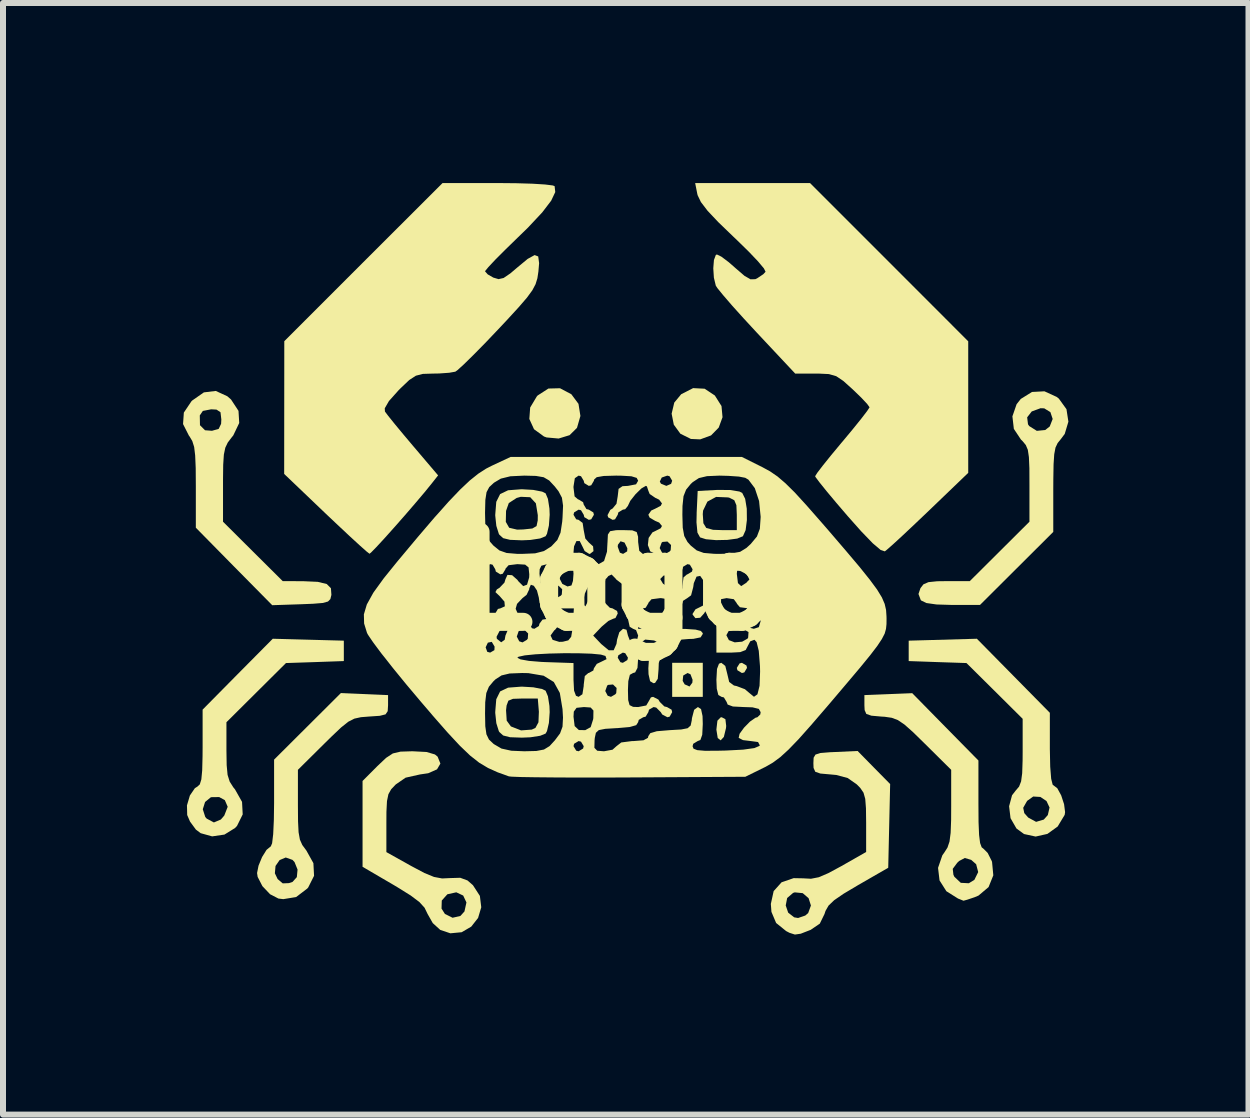
<source format=kicad_pcb>
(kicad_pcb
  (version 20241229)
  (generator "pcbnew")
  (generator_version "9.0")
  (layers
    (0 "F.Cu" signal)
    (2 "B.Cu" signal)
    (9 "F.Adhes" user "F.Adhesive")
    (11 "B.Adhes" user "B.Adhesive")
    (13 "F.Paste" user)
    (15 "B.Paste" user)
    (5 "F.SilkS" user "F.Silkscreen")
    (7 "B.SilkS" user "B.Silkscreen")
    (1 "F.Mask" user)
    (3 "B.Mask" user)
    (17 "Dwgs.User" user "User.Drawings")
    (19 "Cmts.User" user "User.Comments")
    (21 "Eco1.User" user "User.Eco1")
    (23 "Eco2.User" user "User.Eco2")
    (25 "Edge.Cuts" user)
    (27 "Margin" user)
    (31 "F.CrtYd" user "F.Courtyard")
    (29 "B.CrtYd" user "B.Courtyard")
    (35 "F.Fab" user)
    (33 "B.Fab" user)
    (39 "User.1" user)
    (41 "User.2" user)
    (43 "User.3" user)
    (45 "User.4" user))
  (footprint "Logo"
    (layer "F.Cu")
    (at 7.243 6.633)
    (property "Reference" "Logo" (at 0 0 0) (layer "F.SilkS") (effects (font (size 1.5 1.5) (thickness 0.3))))
    (attr board_only exclude_from_pos_files exclude_from_bom)
    (fp_poly (pts (xy 2.145 1.406) (xy 2.154 1.446) (xy 2.109 1.521) (xy 2.069 1.531) (xy 1.994 1.485) (xy 1.984 1.446) (xy 2.03 1.371) (xy 2.069 1.361)) (stroke (width 0) (type solid)) (fill yes) (layer "F.SilkS"))
    (fp_poly (pts (xy 1.794 2.301) (xy 1.807 2.413) (xy 1.804 2.448) (xy 1.768 2.596) (xy 1.715 2.653) (xy 1.666 2.614) (xy 1.644 2.476) (xy 1.644 2.471) (xy 1.661 2.325) (xy 1.715 2.27) (xy 1.733 2.268)) (stroke (width 0) (type solid)) (fill yes) (layer "F.SilkS"))
    (fp_poly (pts (xy 1.448 -3.206) (xy 1.618 -3.093) (xy 1.729 -2.917) (xy 1.746 -2.731) (xy 1.683 -2.559) (xy 1.555 -2.428) (xy 1.374 -2.362) (xy 1.219 -2.369) (xy 1.044 -2.456) (xy 0.934 -2.607) (xy 0.898 -2.79) (xy 0.942 -2.975) (xy 1.057 -3.114) (xy 1.256 -3.216)) (stroke (width 0) (type solid)) (fill yes) (layer "F.SilkS"))
    (fp_poly (pts (xy -0.773 -3.114) (xy -0.654 -2.954) (xy -0.622 -2.752) (xy -0.679 -2.554) (xy -0.802 -2.432) (xy -0.985 -2.376) (xy -1.185 -2.394) (xy -1.229 -2.41) (xy -1.395 -2.531) (xy -1.473 -2.702) (xy -1.459 -2.893) (xy -1.349 -3.077) (xy -1.335 -3.093) (xy -1.155 -3.209) (xy -0.962 -3.214)) (stroke (width 0) (type solid)) (fill yes) (layer "F.SilkS"))
    (fp_poly (pts (xy 1.417 1.644) (xy 1.417 1.928) (xy 1.162 1.928) (xy 0.907 1.928) (xy 0.907 1.662) (xy 1.082 1.662) (xy 1.115 1.72) (xy 1.196 1.756) (xy 1.243 1.692) (xy 1.247 1.644) (xy 1.212 1.552) (xy 1.162 1.531) (xy 1.091 1.573) (xy 1.082 1.662) (xy 0.907 1.662) (xy 0.907 1.644) (xy 0.907 1.361) (xy 1.162 1.361) (xy 1.417 1.361)) (stroke (width 0) (type solid)) (fill yes) (layer "F.SilkS"))
    (fp_poly (pts (xy 1.875 -1.518) (xy 2.028 -1.493) (xy 2.074 -1.47) (xy 2.123 -1.372) (xy 2.15 -1.207) (xy 2.152 -1.018) (xy 2.131 -0.85) (xy 2.086 -0.748) (xy 1.991 -0.709) (xy 1.826 -0.687) (xy 1.638 -0.683) (xy 1.47 -0.698) (xy 1.372 -0.729) (xy 1.328 -0.808) (xy 1.312 -0.98) (xy 1.315 -1.116) (xy 1.417 -1.116) (xy 1.427 -0.965) (xy 1.475 -0.886) (xy 1.588 -0.855) (xy 1.739 -0.85) (xy 1.984 -0.85) (xy 1.984 -1.105) (xy 1.977 -1.265) (xy 1.942 -1.348) (xy 1.862 -1.389) (xy 1.838 -1.395) (xy 1.639 -1.403) (xy 1.494 -1.325) (xy 1.422 -1.175) (xy 1.417 -1.116) (xy 1.315 -1.116) (xy 1.315 -1.139) (xy 1.332 -1.502) (xy 1.663 -1.52)) (stroke (width 0) (type solid)) (fill yes) (layer "F.SilkS"))
    (fp_poly (pts (xy -1.407 1.769) (xy -1.259 1.798) (xy -1.202 1.826) (xy -1.163 1.919) (xy -1.138 2.08) (xy -1.134 2.183) (xy -1.147 2.363) (xy -1.179 2.499) (xy -1.202 2.54) (xy -1.293 2.577) (xy -1.456 2.602) (xy -1.597 2.608) (xy -1.794 2.601) (xy -1.909 2.572) (xy -1.973 2.514) (xy -1.982 2.498) (xy -2.023 2.367) (xy -2.041 2.196) (xy -2.041 2.183) (xy -2.039 2.152) (xy -1.861 2.152) (xy -1.85 2.325) (xy -1.78 2.421) (xy -1.611 2.487) (xy -1.432 2.474) (xy -1.371 2.445) (xy -1.321 2.352) (xy -1.314 2.177) (xy -1.332 1.956) (xy -1.587 1.956) (xy -1.745 1.961) (xy -1.822 1.992) (xy -1.852 2.072) (xy -1.861 2.152) (xy -2.039 2.152) (xy -2.024 1.968) (xy -1.96 1.838) (xy -1.827 1.775) (xy -1.605 1.758) (xy -1.597 1.758)) (stroke (width 0) (type solid)) (fill yes) (layer "F.SilkS"))
    (fp_poly (pts (xy -1.407 -1.52) (xy -1.259 -1.491) (xy -1.202 -1.463) (xy -1.163 -1.37) (xy -1.138 -1.208) (xy -1.134 -1.106) (xy -1.147 -0.926) (xy -1.179 -0.789) (xy -1.202 -0.748) (xy -1.293 -0.711) (xy -1.456 -0.686) (xy -1.597 -0.68) (xy -1.794 -0.688) (xy -1.909 -0.716) (xy -1.973 -0.774) (xy -1.982 -0.79) (xy -2.023 -0.921) (xy -2.03 -0.987) (xy -1.865 -0.987) (xy -1.809 -0.889) (xy -1.676 -0.858) (xy -1.574 -0.861) (xy -1.423 -0.877) (xy -1.353 -0.917) (xy -1.333 -1.012) (xy -1.332 -1.099) (xy -1.364 -1.296) (xy -1.458 -1.398) (xy -1.615 -1.405) (xy -1.684 -1.386) (xy -1.815 -1.301) (xy -1.861 -1.171) (xy -1.865 -0.987) (xy -2.03 -0.987) (xy -2.041 -1.092) (xy -2.041 -1.106) (xy -2.024 -1.321) (xy -1.96 -1.45) (xy -1.827 -1.514) (xy -1.605 -1.531) (xy -1.597 -1.531)) (stroke (width 0) (type solid)) (fill yes) (layer "F.SilkS"))
    (fp_poly (pts (xy 6.592 1.577) (xy 7.2 2.194) (xy 7.2 2.798) (xy 7.206 3.092) (xy 7.222 3.293) (xy 7.247 3.392) (xy 7.26 3.402) (xy 7.324 3.451) (xy 7.389 3.57) (xy 7.437 3.717) (xy 7.454 3.849) (xy 7.447 3.895) (xy 7.33 4.089) (xy 7.159 4.212) (xy 6.963 4.256) (xy 6.77 4.214) (xy 6.643 4.121) (xy 6.545 3.95) (xy 6.524 3.777) (xy 6.756 3.777) (xy 6.774 3.865) (xy 6.839 3.939) (xy 6.971 4.011) (xy 7.099 3.973) (xy 7.166 3.898) (xy 7.195 3.772) (xy 7.144 3.664) (xy 7.042 3.596) (xy 6.923 3.589) (xy 6.821 3.662) (xy 6.756 3.777) (xy 6.524 3.777) (xy 6.521 3.751) (xy 6.57 3.568) (xy 6.633 3.487) (xy 6.687 3.424) (xy 6.721 3.337) (xy 6.739 3.201) (xy 6.746 2.99) (xy 6.747 2.839) (xy 6.747 2.294) (xy 6.279 1.829) (xy 5.811 1.365) (xy 5.329 1.349) (xy 4.848 1.332) (xy 4.848 1.162) (xy 4.848 0.992) (xy 5.416 0.976) (xy 5.984 0.96)) (stroke (width 0) (type solid)) (fill yes) (layer "F.SilkS"))
    (fp_poly (pts (xy -5.156 0.976) (xy -4.564 0.992) (xy -4.564 1.162) (xy -4.564 1.332) (xy -5.046 1.349) (xy -5.528 1.365) (xy -6.024 1.858) (xy -6.52 2.351) (xy -6.52 2.825) (xy -6.516 3.068) (xy -6.501 3.228) (xy -6.466 3.34) (xy -6.406 3.435) (xy -6.378 3.469) (xy -6.26 3.678) (xy -6.249 3.887) (xy -6.344 4.079) (xy -6.376 4.113) (xy -6.553 4.223) (xy -6.758 4.253) (xy -6.949 4.2) (xy -7.029 4.14) (xy -7.127 4.006) (xy -7.174 3.897) (xy -7.176 3.801) (xy -6.914 3.801) (xy -6.873 3.929) (xy -6.849 3.957) (xy -6.729 4.021) (xy -6.613 3.972) (xy -6.556 3.906) (xy -6.499 3.76) (xy -6.547 3.649) (xy -6.641 3.598) (xy -6.778 3.6) (xy -6.876 3.68) (xy -6.914 3.801) (xy -7.176 3.801) (xy -7.178 3.737) (xy -7.129 3.572) (xy -7.046 3.45) (xy -7.003 3.423) (xy -6.964 3.387) (xy -6.938 3.303) (xy -6.924 3.153) (xy -6.918 2.917) (xy -6.917 2.765) (xy -6.917 2.141) (xy -6.333 1.55) (xy -5.748 0.96)) (stroke (width 0) (type solid)) (fill yes) (layer "F.SilkS"))
    (fp_poly (pts (xy -6.506 -3.081) (xy -6.443 -3.026) (xy -6.319 -2.837) (xy -6.307 -2.635) (xy -6.406 -2.428) (xy -6.435 -2.392) (xy -6.498 -2.309) (xy -6.539 -2.223) (xy -6.563 -2.108) (xy -6.574 -1.938) (xy -6.577 -1.687) (xy -6.577 -1.606) (xy -6.577 -0.99) (xy -6.08 -0.495) (xy -5.582 0) (xy -5.243 0.001) (xy -4.998 0.012) (xy -4.849 0.048) (xy -4.779 0.118) (xy -4.771 0.23) (xy -4.772 0.233) (xy -4.788 0.299) (xy -4.828 0.34) (xy -4.917 0.364) (xy -5.076 0.377) (xy -5.274 0.385) (xy -5.757 0.401) (xy -6.394 -0.244) (xy -7.03 -0.89) (xy -7.03 -1.584) (xy -7.032 -1.884) (xy -7.041 -2.094) (xy -7.058 -2.236) (xy -7.089 -2.334) (xy -7.134 -2.41) (xy -7.144 -2.422) (xy -7.243 -2.617) (xy -7.233 -2.761) (xy -6.964 -2.761) (xy -6.961 -2.598) (xy -6.877 -2.514) (xy -6.761 -2.505) (xy -6.649 -2.537) (xy -6.609 -2.621) (xy -6.605 -2.693) (xy -6.619 -2.814) (xy -6.685 -2.858) (xy -6.774 -2.863) (xy -6.913 -2.836) (xy -6.964 -2.761) (xy -7.233 -2.761) (xy -7.23 -2.808) (xy -7.103 -2.997) (xy -7.091 -3.009) (xy -6.896 -3.145) (xy -6.698 -3.169)) (stroke (width 0) (type solid)) (fill yes) (layer "F.SilkS"))
    (fp_poly (pts (xy 7.315 -3.069) (xy 7.35 -3.041) (xy 7.477 -2.865) (xy 7.509 -2.657) (xy 7.448 -2.453) (xy 7.382 -2.365) (xy 7.33 -2.301) (xy 7.294 -2.225) (xy 7.273 -2.114) (xy 7.262 -1.948) (xy 7.258 -1.703) (xy 7.257 -1.526) (xy 7.257 -0.82) (xy 6.647 -0.212) (xy 6.036 0.397) (xy 5.576 0.397) (xy 5.312 0.389) (xy 5.143 0.365) (xy 5.055 0.322) (xy 5.049 0.315) (xy 5.011 0.214) (xy 5.044 0.117) (xy 5.094 0.053) (xy 5.177 0.017) (xy 5.323 0.002) (xy 5.486 0) (xy 5.866 0) (xy 6.363 -0.495) (xy 6.86 -0.99) (xy 6.86 -1.608) (xy 6.859 -1.882) (xy 6.851 -2.067) (xy 6.833 -2.188) (xy 6.799 -2.268) (xy 6.746 -2.332) (xy 6.719 -2.358) (xy 6.6 -2.537) (xy 6.578 -2.729) (xy 6.822 -2.729) (xy 6.836 -2.613) (xy 6.856 -2.584) (xy 6.983 -2.504) (xy 7.123 -2.518) (xy 7.198 -2.577) (xy 7.247 -2.702) (xy 7.209 -2.816) (xy 7.106 -2.879) (xy 7.045 -2.881) (xy 6.898 -2.827) (xy 6.822 -2.729) (xy 6.578 -2.729) (xy 6.576 -2.745) (xy 6.646 -2.948) (xy 6.716 -3.036) (xy 6.903 -3.152) (xy 7.11 -3.163)) (stroke (width 0) (type solid)) (fill yes) (layer "F.SilkS"))
    (fp_poly (pts (xy -4.22 1.882) (xy -3.827 1.899) (xy -3.827 2.069) (xy -3.833 2.167) (xy -3.869 2.22) (xy -3.964 2.244) (xy -4.139 2.256) (xy -4.279 2.267) (xy -4.388 2.291) (xy -4.49 2.343) (xy -4.609 2.438) (xy -4.769 2.59) (xy -4.89 2.709) (xy -5.329 3.144) (xy -5.329 3.732) (xy -5.327 4.002) (xy -5.318 4.184) (xy -5.296 4.307) (xy -5.256 4.397) (xy -5.194 4.481) (xy -5.188 4.489) (xy -5.071 4.699) (xy -5.06 4.91) (xy -5.158 5.105) (xy -5.174 5.123) (xy -5.359 5.264) (xy -5.573 5.299) (xy -5.654 5.289) (xy -5.793 5.217) (xy -5.921 5.082) (xy -6 4.928) (xy -6.009 4.868) (xy -5.713 4.868) (xy -5.667 4.964) (xy -5.582 5.036) (xy -5.479 5.032) (xy -5.419 5.012) (xy -5.347 4.932) (xy -5.335 4.806) (xy -5.385 4.682) (xy -5.419 4.645) (xy -5.532 4.605) (xy -5.634 4.648) (xy -5.702 4.746) (xy -5.713 4.868) (xy -6.009 4.868) (xy -6.01 4.865) (xy -5.985 4.74) (xy -5.926 4.597) (xy -5.852 4.478) (xy -5.786 4.423) (xy -5.782 4.422) (xy -5.759 4.368) (xy -5.741 4.216) (xy -5.73 3.98) (xy -5.726 3.698) (xy -5.726 2.974) (xy -5.17 2.42) (xy -4.613 1.865)) (stroke (width 0) (type solid)) (fill yes) (layer "F.SilkS"))
    (fp_poly (pts (xy -3.185 2.847) (xy -3.046 2.888) (xy -3.001 2.925) (xy -2.955 3.04) (xy -3.011 3.136) (xy -3.158 3.201) (xy -3.294 3.221) (xy -3.535 3.275) (xy -3.699 3.388) (xy -3.775 3.468) (xy -3.821 3.55) (xy -3.845 3.665) (xy -3.854 3.842) (xy -3.855 4.026) (xy -3.855 4.515) (xy -3.444 4.745) (xy -3.222 4.863) (xy -3.061 4.929) (xy -2.927 4.954) (xy -2.795 4.948) (xy -2.624 4.943) (xy -2.504 4.987) (xy -2.413 5.066) (xy -2.297 5.245) (xy -2.274 5.434) (xy -2.327 5.612) (xy -2.441 5.757) (xy -2.6 5.85) (xy -2.789 5.868) (xy -2.958 5.811) (xy -3.082 5.698) (xy -3.17 5.543) (xy -3.17 5.542) (xy -3.212 5.456) (xy -2.936 5.456) (xy -2.88 5.545) (xy -2.752 5.609) (xy -2.622 5.579) (xy -2.554 5.504) (xy -2.521 5.354) (xy -2.575 5.239) (xy -2.69 5.185) (xy -2.839 5.218) (xy -2.932 5.322) (xy -2.936 5.456) (xy -3.212 5.456) (xy -3.218 5.443) (xy -3.305 5.347) (xy -3.45 5.238) (xy -3.673 5.099) (xy -3.742 5.058) (xy -4.252 4.76) (xy -4.252 4.045) (xy -4.252 3.33) (xy -4.005 3.082) (xy -3.86 2.945) (xy -3.747 2.871) (xy -3.619 2.841) (xy -3.431 2.835) (xy -3.416 2.835)) (stroke (width 0) (type solid)) (fill yes) (layer "F.SilkS"))
    (fp_poly (pts (xy 5.458 2.428) (xy 6.01 2.989) (xy 6.01 3.707) (xy 6.012 4.017) (xy 6.021 4.23) (xy 6.038 4.364) (xy 6.064 4.435) (xy 6.092 4.457) (xy 6.164 4.529) (xy 6.231 4.662) (xy 6.237 4.679) (xy 6.258 4.902) (xy 6.179 5.098) (xy 6.012 5.239) (xy 5.946 5.267) (xy 5.824 5.308) (xy 5.762 5.325) (xy 5.76 5.325) (xy 5.711 5.305) (xy 5.67 5.289) (xy 5.476 5.167) (xy 5.362 4.987) (xy 5.339 4.794) (xy 5.582 4.794) (xy 5.593 4.892) (xy 5.609 4.926) (xy 5.716 5.027) (xy 5.85 5.034) (xy 5.942 4.978) (xy 6.006 4.848) (xy 5.972 4.717) (xy 5.89 4.645) (xy 5.783 4.613) (xy 5.689 4.663) (xy 5.657 4.693) (xy 5.582 4.794) (xy 5.339 4.794) (xy 5.337 4.778) (xy 5.408 4.57) (xy 5.443 4.52) (xy 5.494 4.44) (xy 5.528 4.34) (xy 5.547 4.194) (xy 5.555 3.979) (xy 5.556 3.76) (xy 5.556 3.144) (xy 5.117 2.709) (xy 4.92 2.516) (xy 4.778 2.39) (xy 4.667 2.315) (xy 4.565 2.277) (xy 4.447 2.26) (xy 4.394 2.257) (xy 4.226 2.242) (xy 4.142 2.213) (xy 4.114 2.149) (xy 4.11 2.069) (xy 4.11 1.899) (xy 4.509 1.883) (xy 4.907 1.867)) (stroke (width 0) (type solid)) (fill yes) (layer "F.SilkS"))
    (fp_poly (pts (xy 4.268 3.106) (xy 4.539 3.381) (xy 4.523 4.078) (xy 4.507 4.776) (xy 4 5.068) (xy 3.763 5.209) (xy 3.607 5.316) (xy 3.513 5.406) (xy 3.462 5.495) (xy 3.445 5.547) (xy 3.367 5.707) (xy 3.214 5.811) (xy 3.203 5.815) (xy 3.049 5.875) (xy 2.952 5.889) (xy 2.862 5.86) (xy 2.806 5.831) (xy 2.639 5.696) (xy 2.561 5.511) (xy 2.553 5.404) (xy 2.799 5.404) (xy 2.84 5.524) (xy 2.94 5.602) (xy 3.005 5.613) (xy 3.125 5.572) (xy 3.173 5.531) (xy 3.219 5.405) (xy 3.18 5.283) (xy 3.082 5.199) (xy 2.95 5.186) (xy 2.922 5.195) (xy 2.823 5.28) (xy 2.799 5.404) (xy 2.553 5.404) (xy 2.551 5.379) (xy 2.598 5.165) (xy 2.73 5.018) (xy 2.931 4.949) (xy 3.089 4.952) (xy 3.22 4.959) (xy 3.349 4.934) (xy 3.508 4.866) (xy 3.727 4.748) (xy 4.139 4.513) (xy 4.139 4.025) (xy 4.136 3.785) (xy 4.124 3.628) (xy 4.095 3.525) (xy 4.041 3.446) (xy 3.983 3.387) (xy 3.832 3.281) (xy 3.641 3.23) (xy 3.544 3.221) (xy 3.376 3.206) (xy 3.292 3.177) (xy 3.263 3.113) (xy 3.26 3.033) (xy 3.264 2.942) (xy 3.295 2.89) (xy 3.376 2.864) (xy 3.535 2.851) (xy 3.629 2.847) (xy 3.997 2.83)) (stroke (width 0) (type solid)) (fill yes) (layer "F.SilkS"))
    (fp_poly (pts (xy 4.522 -5.315) (xy 5.84 -3.996) (xy 5.84 -2.9) (xy 5.84 -1.804) (xy 5.181 -1.171) (xy 4.953 -0.954) (xy 4.75 -0.763) (xy 4.588 -0.614) (xy 4.481 -0.52) (xy 4.45 -0.496) (xy 4.381 -0.519) (xy 4.25 -0.63) (xy 4.055 -0.832) (xy 3.833 -1.082) (xy 3.641 -1.306) (xy 3.478 -1.501) (xy 3.359 -1.649) (xy 3.296 -1.734) (xy 3.289 -1.748) (xy 3.324 -1.804) (xy 3.418 -1.927) (xy 3.558 -2.101) (xy 3.73 -2.308) (xy 3.743 -2.323) (xy 3.916 -2.531) (xy 4.058 -2.707) (xy 4.156 -2.835) (xy 4.195 -2.895) (xy 4.196 -2.896) (xy 4.157 -2.951) (xy 4.057 -3.058) (xy 3.915 -3.195) (xy 3.914 -3.196) (xy 3.758 -3.336) (xy 3.64 -3.415) (xy 3.518 -3.45) (xy 3.351 -3.458) (xy 3.295 -3.458) (xy 2.957 -3.458) (xy 2.315 -4.143) (xy 2.097 -4.379) (xy 1.906 -4.591) (xy 1.756 -4.765) (xy 1.66 -4.883) (xy 1.634 -4.923) (xy 1.602 -5.056) (xy 1.592 -5.212) (xy 1.603 -5.351) (xy 1.634 -5.434) (xy 1.652 -5.443) (xy 1.726 -5.407) (xy 1.85 -5.314) (xy 1.964 -5.214) (xy 2.113 -5.086) (xy 2.213 -5.029) (xy 2.292 -5.031) (xy 2.322 -5.045) (xy 2.425 -5.114) (xy 2.463 -5.155) (xy 2.436 -5.21) (xy 2.339 -5.326) (xy 2.186 -5.487) (xy 1.991 -5.678) (xy 1.929 -5.737) (xy 1.674 -5.983) (xy 1.496 -6.172) (xy 1.386 -6.316) (xy 1.332 -6.428) (xy 1.326 -6.45) (xy 1.29 -6.633) (xy 2.247 -6.633) (xy 3.204 -6.633)) (stroke (width 0) (type solid)) (fill yes) (layer "F.SilkS"))
    (fp_poly (pts (xy -1.69 -6.63) (xy -1.42 -6.622) (xy -1.211 -6.609) (xy -1.083 -6.593) (xy -1.052 -6.582) (xy -1.041 -6.483) (xy -1.109 -6.339) (xy -1.258 -6.144) (xy -1.494 -5.892) (xy -1.672 -5.719) (xy -1.872 -5.524) (xy -2.039 -5.357) (xy -2.156 -5.232) (xy -2.21 -5.166) (xy -2.211 -5.162) (xy -2.166 -5.111) (xy -2.074 -5.058) (xy -1.986 -5.032) (xy -1.902 -5.051) (xy -1.789 -5.128) (xy -1.682 -5.219) (xy -1.501 -5.369) (xy -1.385 -5.433) (xy -1.325 -5.41) (xy -1.31 -5.298) (xy -1.322 -5.158) (xy -1.339 -5.046) (xy -1.369 -4.948) (xy -1.423 -4.846) (xy -1.513 -4.723) (xy -1.652 -4.562) (xy -1.851 -4.345) (xy -1.991 -4.196) (xy -2.209 -3.967) (xy -2.406 -3.767) (xy -2.565 -3.611) (xy -2.672 -3.514) (xy -2.706 -3.49) (xy -2.807 -3.472) (xy -2.975 -3.46) (xy -3.083 -3.458) (xy -3.246 -3.453) (xy -3.363 -3.423) (xy -3.474 -3.351) (xy -3.615 -3.217) (xy -3.652 -3.18) (xy -3.812 -3.001) (xy -3.882 -2.88) (xy -3.879 -2.826) (xy -3.825 -2.754) (xy -3.714 -2.616) (xy -3.563 -2.434) (xy -3.413 -2.256) (xy -2.993 -1.762) (xy -3.098 -1.629) (xy -3.219 -1.48) (xy -3.374 -1.297) (xy -3.548 -1.095) (xy -3.725 -0.894) (xy -3.888 -0.712) (xy -4.022 -0.567) (xy -4.11 -0.477) (xy -4.136 -0.456) (xy -4.185 -0.494) (xy -4.302 -0.598) (xy -4.473 -0.755) (xy -4.683 -0.952) (xy -4.863 -1.122) (xy -5.558 -1.786) (xy -5.557 -2.892) (xy -5.556 -3.998) (xy -4.238 -5.316) (xy -2.919 -6.633) (xy -2.001 -6.633)) (stroke (width 0) (type solid)) (fill yes) (layer "F.SilkS"))
    (fp_poly (pts (xy 2.41 -1.899) (xy 2.538 -1.829) (xy 2.662 -1.744) (xy 2.794 -1.631) (xy 2.95 -1.477) (xy 3.142 -1.267) (xy 3.386 -0.989) (xy 3.507 -0.85) (xy 3.801 -0.507) (xy 4.03 -0.236) (xy 4.2 -0.024) (xy 4.321 0.14) (xy 4.401 0.271) (xy 4.448 0.38) (xy 4.471 0.481) (xy 4.478 0.586) (xy 4.479 0.627) (xy 4.478 0.716) (xy 4.47 0.795) (xy 4.448 0.874) (xy 4.401 0.965) (xy 4.324 1.081) (xy 4.207 1.234) (xy 4.042 1.436) (xy 3.821 1.698) (xy 3.537 2.033) (xy 3.49 2.088) (xy 3.223 2.398) (xy 3.013 2.634) (xy 2.846 2.807) (xy 2.708 2.933) (xy 2.585 3.024) (xy 2.462 3.095) (xy 2.441 3.105) (xy 2.126 3.26) (xy 0.198 3.271) (xy -0.261 3.273) (xy -0.686 3.273) (xy -1.063 3.271) (xy -1.378 3.268) (xy -1.618 3.264) (xy -1.769 3.258) (xy -1.814 3.253) (xy -2 3.186) (xy -2.16 3.114) (xy -2.309 3.025) (xy -2.461 2.905) (xy -2.631 2.742) (xy -2.834 2.524) (xy -3.084 2.239) (xy -3.113 2.204) (xy -2.211 2.204) (xy -2.207 2.418) (xy -2.188 2.552) (xy -2.146 2.639) (xy -2.069 2.712) (xy -2.062 2.717) (xy -1.937 2.79) (xy -1.773 2.826) (xy -1.557 2.835) (xy -1.356 2.83) (xy -1.229 2.806) (xy -1.138 2.75) (xy -1.137 2.75) (xy -0.737 2.75) (xy -0.692 2.825) (xy -0.652 2.835) (xy -0.577 2.789) (xy -0.574 2.777) (xy -0.389 2.777) (xy -0.342 2.826) (xy -0.229 2.835) (xy -0.087 2.809) (xy -0.021 2.75) (xy 0.059 2.688) (xy 0.238 2.665) (xy 0.261 2.665) (xy 0.429 2.652) (xy 0.503 2.611) (xy 0.51 2.582) (xy 0.543 2.533) (xy 0.651 2.501) (xy 0.854 2.484) (xy 0.865 2.483) (xy 1.058 2.472) (xy 1.165 2.451) (xy 1.215 2.406) (xy 1.233 2.321) (xy 1.237 2.282) (xy 1.273 2.144) (xy 1.336 2.098) (xy 1.388 2.132) (xy 1.413 2.248) (xy 1.417 2.381) (xy 1.408 2.56) (xy 1.377 2.647) (xy 1.332 2.665) (xy 1.258 2.71) (xy 1.247 2.752) (xy 1.263 2.792) (xy 1.325 2.816) (xy 1.452 2.827) (xy 1.662 2.826) (xy 1.796 2.823) (xy 2.089 2.808) (xy 2.276 2.782) (xy 2.361 2.746) (xy 2.367 2.736) (xy 2.338 2.681) (xy 2.219 2.665) (xy 2.087 2.649) (xy 2.015 2.612) (xy 2.03 2.544) (xy 2.104 2.442) (xy 2.203 2.341) (xy 2.296 2.276) (xy 2.327 2.268) (xy 2.375 2.222) (xy 2.381 2.183) (xy 2.351 2.129) (xy 2.246 2.103) (xy 2.098 2.098) (xy 1.919 2.089) (xy 1.832 2.057) (xy 1.814 2.013) (xy 1.769 1.938) (xy 1.729 1.928) (xy 1.676 1.897) (xy 1.65 1.792) (xy 1.644 1.644) (xy 1.654 1.463) (xy 1.687 1.376) (xy 1.726 1.361) (xy 1.792 1.413) (xy 1.825 1.545) (xy 1.857 1.68) (xy 1.936 1.739) (xy 1.982 1.749) (xy 2.119 1.801) (xy 2.191 1.862) (xy 2.27 1.927) (xy 2.328 1.886) (xy 2.363 1.744) (xy 2.372 1.507) (xy 2.37 1.416) (xy 2.35 1.162) (xy 2.314 1.016) (xy 2.278 0.977) (xy 2.208 1.003) (xy 2.172 1.071) (xy 2.132 1.148) (xy 2.041 1.183) (xy 1.893 1.191) (xy 1.644 1.191) (xy 1.644 0.901) (xy 1.81 0.901) (xy 1.852 0.983) (xy 1.949 1.02) (xy 2.073 1.009) (xy 2.163 0.958) (xy 2.173 0.941) (xy 2.179 0.848) (xy 2.099 0.803) (xy 1.975 0.794) (xy 1.852 0.825) (xy 1.81 0.901) (xy 1.644 0.901) (xy 1.644 0.822) (xy 1.639 0.616) (xy 1.619 0.502) (xy 1.58 0.457) (xy 1.557 0.454) (xy 1.463 0.499) (xy 1.438 0.539) (xy 1.374 0.61) (xy 1.294 0.617) (xy 1.248 0.558) (xy 1.247 0.545) (xy 1.295 0.47) (xy 1.364 0.436) (xy 1.437 0.399) (xy 1.448 0.369) (xy 1.644 0.369) (xy 1.69 0.444) (xy 1.729 0.454) (xy 1.804 0.499) (xy 1.814 0.539) (xy 1.865 0.606) (xy 1.984 0.624) (xy 2.119 0.649) (xy 2.154 0.709) (xy 2.202 0.778) (xy 2.268 0.794) (xy 2.351 0.767) (xy 2.38 0.668) (xy 2.381 0.624) (xy 2.37 0.509) (xy 2.314 0.463) (xy 2.183 0.454) (xy 2.036 0.435) (xy 1.985 0.376) (xy 1.984 0.369) (xy 1.934 0.301) (xy 1.814 0.283) (xy 1.679 0.309) (xy 1.644 0.369) (xy 1.448 0.369) (xy 1.466 0.318) (xy 1.463 0.16) (xy 1.43 -0.007) (xy 1.374 -0.087) (xy 1.313 -0.075) (xy 1.267 0.035) (xy 1.258 0.099) (xy 1.222 0.237) (xy 1.159 0.283) (xy 1.087 0.329) (xy 1.077 0.369) (xy 1.032 0.444) (xy 0.992 0.454) (xy 0.917 0.499) (xy 0.907 0.539) (xy 0.862 0.614) (xy 0.822 0.624) (xy 0.747 0.578) (xy 0.737 0.539) (xy 0.782 0.463) (xy 0.822 0.454) (xy 0.897 0.408) (xy 0.907 0.369) (xy 0.864 0.306) (xy 0.727 0.284) (xy 0.709 0.283) (xy 0.562 0.302) (xy 0.511 0.361) (xy 0.51 0.369) (xy 0.465 0.444) (xy 0.425 0.454) (xy 0.358 0.504) (xy 0.34 0.624) (xy 0.34 0.794) (xy 0.879 0.794) (xy 1.136 0.797) (xy 1.298 0.808) (xy 1.385 0.83) (xy 1.416 0.866) (xy 1.417 0.879) (xy 1.381 0.937) (xy 1.259 0.962) (xy 1.185 0.964) (xy 1.025 0.977) (xy 0.946 1.024) (xy 0.925 1.072) (xy 0.851 1.176) (xy 0.789 1.208) (xy 0.716 1.255) (xy 0.684 1.365) (xy 0.68 1.469) (xy 0.667 1.628) (xy 0.622 1.696) (xy 0.595 1.701) (xy 0.539 1.667) (xy 0.513 1.551) (xy 0.51 1.452) (xy 0.521 1.289) (xy 0.561 1.205) (xy 0.624 1.174) (xy 0.722 1.119) (xy 0.718 1.05) (xy 0.614 0.992) (xy 0.599 0.988) (xy 0.457 0.974) (xy 0.376 1.033) (xy 0.343 1.179) (xy 0.34 1.279) (xy 0.329 1.446) (xy 0.29 1.521) (xy 0.255 1.531) (xy 0.202 1.561) (xy 0.176 1.666) (xy 0.17 1.814) (xy 0.174 1.982) (xy 0.197 2.066) (xy 0.256 2.095) (xy 0.34 2.098) (xy 0.475 2.072) (xy 0.51 2.013) (xy 0.553 1.937) (xy 0.589 1.928) (xy 0.677 1.973) (xy 0.701 2.013) (xy 0.777 2.088) (xy 0.82 2.098) (xy 0.897 2.142) (xy 0.907 2.183) (xy 0.865 2.258) (xy 0.828 2.268) (xy 0.741 2.222) (xy 0.717 2.183) (xy 0.641 2.107) (xy 0.597 2.098) (xy 0.521 2.142) (xy 0.51 2.183) (xy 0.465 2.258) (xy 0.425 2.268) (xy 0.35 2.312) (xy 0.34 2.35) (xy 0.308 2.4) (xy 0.199 2.431) (xy -0.004 2.449) (xy -0.014 2.449) (xy -0.207 2.461) (xy -0.315 2.482) (xy -0.364 2.527) (xy -0.382 2.611) (xy -0.386 2.651) (xy -0.389 2.777) (xy -0.574 2.777) (xy -0.567 2.75) (xy -0.612 2.675) (xy -0.652 2.665) (xy -0.727 2.71) (xy -0.737 2.75) (xy -1.137 2.75) (xy -1.048 2.653) (xy -0.961 2.537) (xy -0.92 2.425) (xy -0.912 2.273) (xy -0.913 2.258) (xy -0.737 2.258) (xy -0.718 2.415) (xy -0.648 2.481) (xy -0.541 2.483) (xy -0.451 2.433) (xy -0.41 2.303) (xy -0.407 2.282) (xy -0.405 2.156) (xy -0.451 2.106) (xy -0.563 2.098) (xy -0.686 2.111) (xy -0.732 2.174) (xy -0.737 2.258) (xy -0.913 2.258) (xy -0.92 2.134) (xy -0.965 1.863) (xy -1.065 1.681) (xy -1.235 1.576) (xy -1.489 1.533) (xy -1.593 1.531) (xy -1.801 1.539) (xy -1.936 1.571) (xy -2.039 1.638) (xy -2.072 1.67) (xy -2.147 1.76) (xy -2.19 1.865) (xy -2.208 2.018) (xy -2.211 2.204) (xy -3.113 2.204) (xy -3.277 2.013) (xy -3.522 1.722) (xy -3.745 1.449) (xy -3.881 1.276) (xy -1.673 1.276) (xy -1.62 1.304) (xy -1.479 1.329) (xy -1.273 1.346) (xy -1.205 1.349) (xy -0.737 1.365) (xy -0.737 1.646) (xy -0.728 1.824) (xy -0.696 1.91) (xy -0.652 1.928) (xy -0.589 1.885) (xy -0.58 1.831) (xy -0.208 1.831) (xy -0.167 1.91) (xy -0.113 1.928) (xy -0.041 1.886) (xy -0.025 1.866) (xy -0.019 1.78) (xy -0.079 1.722) (xy -0.161 1.729) (xy -0.176 1.741) (xy -0.208 1.831) (xy -0.58 1.831) (xy -0.567 1.747) (xy -0.567 1.729) (xy -0.549 1.582) (xy -0.49 1.531) (xy -0.482 1.531) (xy -0.407 1.489) (xy -0.397 1.452) (xy -0.349 1.379) (xy -0.27 1.341) (xy -0.186 1.3) (xy -0.195 1.276) (xy 0 1.276) (xy 0.045 1.351) (xy 0.085 1.361) (xy 0.16 1.315) (xy 0.17 1.276) (xy 0.125 1.201) (xy 0.085 1.191) (xy 0.01 1.236) (xy 0 1.276) (xy -0.195 1.276) (xy -0.204 1.247) (xy -0.281 1.224) (xy -0.438 1.209) (xy -0.652 1.202) (xy -0.895 1.201) (xy -1.143 1.207) (xy -1.369 1.219) (xy -1.548 1.237) (xy -1.654 1.26) (xy -1.673 1.276) (xy -3.881 1.276) (xy -3.934 1.21) (xy -4.014 1.103) (xy -2.201 1.103) (xy -2.174 1.178) (xy -2.126 1.191) (xy -2.055 1.15) (xy -2.052 1.091) (xy -2.099 1.012) (xy -2.164 1.025) (xy -2.201 1.103) (xy -4.014 1.103) (xy -4.077 1.018) (xy -4.139 0.927) (xy -2.019 0.927) (xy -2.014 0.961) (xy -1.942 1.019) (xy -1.884 0.978) (xy -1.874 0.924) (xy -1.682 0.924) (xy -1.641 1.003) (xy -1.587 1.021) (xy -1.515 0.979) (xy -1.499 0.959) (xy -1.493 0.872) (xy -1.553 0.814) (xy -1.635 0.821) (xy -1.651 0.834) (xy -1.682 0.924) (xy -1.874 0.924) (xy -1.871 0.907) (xy -1.831 0.812) (xy -1.758 0.794) (xy -1.661 0.764) (xy -1.655 0.697) (xy -1.704 0.65) (xy -1.779 0.661) (xy -1.88 0.734) (xy -1.971 0.834) (xy -2.019 0.927) (xy -4.139 0.927) (xy -4.163 0.891) (xy -4.178 0.862) (xy -4.226 0.706) (xy -4.23 0.554) (xy -4.181 0.389) (xy -4.073 0.194) (xy -4.056 0.17) (xy -2.211 0.17) (xy -2.207 0.403) (xy -2.193 0.542) (xy -2.164 0.609) (xy -2.126 0.624) (xy -2.051 0.578) (xy -2.041 0.539) (xy -1.996 0.463) (xy -1.985 0.461) (xy -1.701 0.461) (xy -1.652 0.572) (xy -1.587 0.607) (xy -1.495 0.664) (xy -1.474 0.715) (xy -1.429 0.785) (xy -1.389 0.794) (xy -1.314 0.748) (xy -1.304 0.709) (xy -1.253 0.641) (xy -1.134 0.624) (xy -1.001 0.65) (xy -0.969 0.717) (xy -1.044 0.811) (xy -1.058 0.821) (xy -1.119 0.906) (xy -1.085 0.978) (xy -0.975 1.012) (xy -0.916 1.01) (xy -0.824 0.987) (xy -0.776 0.928) (xy -0.754 0.799) (xy -0.748 0.723) (xy -0.731 0.454) (xy -1.014 0.454) (xy -1.182 0.45) (xy -1.268 0.425) (xy -1.303 0.362) (xy -1.315 0.274) (xy -1.338 0.187) (xy -1.115 0.187) (xy -1.074 0.266) (xy -1.021 0.283) (xy -0.996 0.269) (xy -0.556 0.269) (xy -0.554 0.403) (xy -0.505 0.452) (xy -0.486 0.454) (xy -0.408 0.41) (xy -0.397 0.369) (xy -0.355 0.293) (xy -0.318 0.283) (xy -0.23 0.329) (xy -0.206 0.369) (xy -0.131 0.444) (xy -0.087 0.454) (xy -0.011 0.498) (xy 0 0.539) (xy -0.038 0.615) (xy -0.071 0.625) (xy -0.155 0.663) (xy -0.266 0.757) (xy -0.275 0.766) (xy -0.409 0.907) (xy -0.275 1.048) (xy -0.15 1.152) (xy -0.068 1.152) (xy -0.021 1.046) (xy -0.011 0.974) (xy 0.026 0.852) (xy 0.088 0.794) (xy 0.146 0.81) (xy 0.17 0.907) (xy 0.206 0.999) (xy 0.255 1.021) (xy 0.324 0.973) (xy 0.34 0.907) (xy 0.305 0.815) (xy 0.255 0.794) (xy 0.199 0.76) (xy 0.174 0.647) (xy 0.17 0.539) (xy 0.181 0.37) (xy 0.219 0.294) (xy 0.255 0.283) (xy 0.309 0.253) (xy 0.335 0.148) (xy 0.34 0) (xy 0.338 -0.035) (xy 0.708 -0.035) (xy 0.754 0.042) (xy 0.792 0.068) (xy 0.882 0.152) (xy 0.907 0.212) (xy 0.953 0.275) (xy 0.992 0.283) (xy 1.055 0.24) (xy 1.077 0.103) (xy 1.077 0.085) (xy 1.096 -0.062) (xy 1.155 -0.113) (xy 1.162 -0.113) (xy 1.237 -0.159) (xy 1.247 -0.198) (xy 1.644 -0.198) (xy 1.69 -0.123) (xy 1.729 -0.113) (xy 1.745 -0.123) (xy 1.984 -0.123) (xy 2.003 0.033) (xy 2.057 0.083) (xy 2.143 0.027) (xy 2.163 0.004) (xy 2.255 -0.084) (xy 2.319 -0.113) (xy 2.374 -0.159) (xy 2.381 -0.198) (xy 2.338 -0.261) (xy 2.201 -0.283) (xy 2.183 -0.283) (xy 2.049 -0.274) (xy 1.995 -0.226) (xy 1.984 -0.123) (xy 1.745 -0.123) (xy 1.804 -0.159) (xy 1.814 -0.198) (xy 1.769 -0.274) (xy 1.729 -0.283) (xy 1.654 -0.238) (xy 1.644 -0.198) (xy 1.247 -0.198) (xy 1.202 -0.274) (xy 1.162 -0.283) (xy 1.087 -0.238) (xy 1.077 -0.198) (xy 1.027 -0.131) (xy 0.91 -0.113) (xy 0.763 -0.092) (xy 0.708 -0.035) (xy 0.338 -0.035) (xy 0.331 -0.178) (xy 0.3 -0.265) (xy 0.255 -0.283) (xy 0.188 -0.233) (xy 0.17 -0.113) (xy 0.144 0.02) (xy 0.076 0.05) (xy -0.024 -0.027) (xy -0.036 -0.043) (xy -0.102 -0.11) (xy -0.156 -0.085) (xy -0.186 -0.048) (xy -0.299 0.034) (xy -0.399 0.065) (xy -0.502 0.105) (xy -0.548 0.208) (xy -0.556 0.269) (xy -0.996 0.269) (xy -0.948 0.242) (xy -0.932 0.222) (xy -0.926 0.135) (xy -0.986 0.077) (xy -1.068 0.084) (xy -1.084 0.097) (xy -1.115 0.187) (xy -1.338 0.187) (xy -1.346 0.156) (xy -1.398 0.078) (xy -1.448 0.06) (xy -1.474 0.121) (xy -1.474 0.135) (xy -1.519 0.229) (xy -1.587 0.283) (xy -1.678 0.379) (xy -1.701 0.461) (xy -1.985 0.461) (xy -1.956 0.454) (xy -1.881 0.42) (xy -1.888 0.341) (xy -1.97 0.247) (xy -2.038 0.183) (xy -2.014 0.138) (xy -1.97 0.111) (xy -1.888 0.025) (xy -1.871 -0.031) (xy -1.838 -0.104) (xy -1.76 -0.099) (xy -1.672 -0.021) (xy -1.656 0.002) (xy -1.575 0.083) (xy -1.511 0.059) (xy -1.476 -0.061) (xy -1.474 -0.117) (xy -1.475 -0.123) (xy -1.304 -0.123) (xy -1.286 0.03) (xy -1.236 0.084) (xy -1.162 0.032) (xy -1.142 0.004) (xy -1.064 -0.086) (xy -1.014 -0.113) (xy -0.969 -0.068) (xy -0.964 -0.034) (xy -0.923 0.046) (xy -0.837 0.089) (xy -0.771 0.072) (xy -0.746 -0.004) (xy -0.737 -0.123) (xy -0.744 -0.218) (xy -0.785 -0.265) (xy -0.888 -0.282) (xy -1.021 -0.283) (xy -1.188 -0.28) (xy -1.272 -0.257) (xy -1.301 -0.198) (xy -1.304 -0.123) (xy -1.475 -0.123) (xy -1.486 -0.229) (xy -1.543 -0.275) (xy -1.673 -0.283) (xy -1.819 -0.265) (xy -1.871 -0.206) (xy -1.871 -0.198) (xy -1.916 -0.123) (xy -1.956 -0.113) (xy -2.031 -0.159) (xy -2.041 -0.198) (xy -2.086 -0.274) (xy -2.126 -0.283) (xy -2.17 -0.262) (xy -2.196 -0.185) (xy -2.208 -0.031) (xy -2.211 0.17) (xy -4.056 0.17) (xy -3.898 -0.048) (xy -3.675 -0.324) (xy -3.333 -0.733) (xy -3.051 -1.063) (xy -2.993 -1.127) (xy -2.211 -1.127) (xy -2.206 -0.908) (xy -2.184 -0.766) (xy -2.137 -0.667) (xy -2.072 -0.593) (xy -1.971 -0.511) (xy -1.851 -0.469) (xy -1.671 -0.454) (xy -1.593 -0.454) (xy -1.377 -0.463) (xy -1.23 -0.501) (xy -1.111 -0.576) (xy -1.099 -0.587) (xy -1.006 -0.686) (xy -0.953 -0.808) (xy -0.925 -0.992) (xy -0.92 -1.057) (xy -0.911 -1.257) (xy -0.93 -1.39) (xy -0.987 -1.498) (xy -1.035 -1.559) (xy -0.737 -1.559) (xy -0.719 -1.412) (xy -0.66 -1.361) (xy -0.652 -1.361) (xy -0.577 -1.315) (xy -0.567 -1.276) (xy -0.522 -1.201) (xy -0.482 -1.191) (xy -0.407 -1.145) (xy -0.397 -1.106) (xy -0.442 -1.03) (xy -0.482 -1.021) (xy -0.557 -1.066) (xy -0.567 -1.106) (xy -0.612 -1.181) (xy -0.652 -1.191) (xy -0.727 -1.145) (xy -0.737 -1.106) (xy -0.692 -1.03) (xy -0.652 -1.021) (xy -0.585 -0.97) (xy -0.567 -0.849) (xy -0.54 -0.71) (xy -0.482 -0.644) (xy -0.411 -0.58) (xy -0.404 -0.5) (xy -0.462 -0.454) (xy -0.475 -0.454) (xy -0.551 -0.501) (xy -0.583 -0.567) (xy -0.633 -0.667) (xy -0.688 -0.668) (xy -0.728 -0.58) (xy -0.737 -0.482) (xy -0.719 -0.335) (xy -0.66 -0.284) (xy -0.652 -0.283) (xy -0.577 -0.238) (xy -0.567 -0.198) (xy -0.522 -0.123) (xy -0.482 -0.113) (xy -0.407 -0.159) (xy -0.397 -0.198) (xy -0.355 -0.274) (xy -0.318 -0.283) (xy -0.228 -0.335) (xy -0.179 -0.491) (xy -0.175 -0.572) (xy 0 -0.572) (xy 0.036 -0.474) (xy 0.089 -0.454) (xy 0.157 -0.496) (xy 0.16 -0.548) (xy 0.113 -0.643) (xy 0.047 -0.664) (xy 0.003 -0.606) (xy 0 -0.572) (xy -0.175 -0.572) (xy -0.17 -0.657) (xy -0.164 -0.776) (xy -0.127 -0.832) (xy -0.026 -0.849) (xy 0.085 -0.85) (xy 0.242 -0.846) (xy 0.316 -0.818) (xy 0.339 -0.74) (xy 0.34 -0.652) (xy 0.359 -0.505) (xy 0.417 -0.454) (xy 0.425 -0.454) (xy 0.499 -0.408) (xy 0.51 -0.364) (xy 0.553 -0.296) (xy 0.605 -0.293) (xy 0.699 -0.341) (xy 0.72 -0.406) (xy 0.662 -0.45) (xy 0.628 -0.454) (xy 0.54 -0.497) (xy 0.521 -0.551) (xy 0.699 -0.551) (xy 0.74 -0.472) (xy 0.794 -0.454) (xy 0.866 -0.495) (xy 0.882 -0.515) (xy 0.888 -0.602) (xy 0.828 -0.66) (xy 0.746 -0.653) (xy 0.731 -0.64) (xy 0.699 -0.551) (xy 0.521 -0.551) (xy 0.502 -0.6) (xy 0.515 -0.72) (xy 0.578 -0.812) (xy 0.624 -0.834) (xy 0.716 -0.881) (xy 0.737 -0.919) (xy 0.69 -0.976) (xy 0.624 -1.004) (xy 0.532 -1.058) (xy 0.51 -1.106) (xy 1.077 -1.106) (xy 1.083 -0.891) (xy 1.108 -0.752) (xy 1.162 -0.653) (xy 1.216 -0.593) (xy 1.316 -0.512) (xy 1.433 -0.47) (xy 1.608 -0.455) (xy 1.703 -0.454) (xy 1.907 -0.46) (xy 2.04 -0.489) (xy 2.144 -0.553) (xy 2.216 -0.619) (xy 2.319 -0.743) (xy 2.368 -0.873) (xy 2.381 -1.062) (xy 2.381 -1.076) (xy 2.355 -1.335) (xy 2.284 -1.549) (xy 2.178 -1.69) (xy 2.124 -1.722) (xy 2.019 -1.742) (xy 1.845 -1.754) (xy 1.694 -1.758) (xy 1.487 -1.749) (xy 1.352 -1.717) (xy 1.249 -1.649) (xy 1.216 -1.618) (xy 1.139 -1.524) (xy 1.096 -1.415) (xy 1.079 -1.253) (xy 1.077 -1.106) (xy 0.51 -1.106) (xy 0.558 -1.176) (xy 0.624 -1.207) (xy 0.716 -1.255) (xy 0.737 -1.295) (xy 0.69 -1.357) (xy 0.624 -1.389) (xy 0.532 -1.452) (xy 0.51 -1.506) (xy 0.486 -1.579) (xy 0.468 -1.587) (xy 0.395 -1.545) (xy 0.296 -1.448) (xy 0.209 -1.338) (xy 0.17 -1.256) (xy 0.17 -1.254) (xy 0.124 -1.198) (xy 0.085 -1.191) (xy 0.01 -1.145) (xy 0 -1.106) (xy -0.045 -1.03) (xy -0.085 -1.021) (xy -0.16 -1.063) (xy -0.17 -1.1) (xy -0.124 -1.187) (xy -0.085 -1.211) (xy -0.021 -1.289) (xy 0 -1.416) (xy 0.014 -1.537) (xy 0.079 -1.582) (xy 0.17 -1.587) (xy 0.305 -1.613) (xy 0.332 -1.659) (xy 0.701 -1.659) (xy 0.72 -1.624) (xy 0.81 -1.587) (xy 0.889 -1.621) (xy 0.907 -1.673) (xy 0.863 -1.748) (xy 0.825 -1.758) (xy 0.733 -1.726) (xy 0.701 -1.659) (xy 0.332 -1.659) (xy 0.34 -1.673) (xy 0.316 -1.72) (xy 0.228 -1.747) (xy 0.055 -1.757) (xy -0.028 -1.758) (xy -0.235 -1.752) (xy -0.35 -1.732) (xy -0.394 -1.692) (xy -0.397 -1.673) (xy -0.442 -1.597) (xy -0.482 -1.587) (xy -0.557 -1.633) (xy -0.567 -1.673) (xy -0.612 -1.748) (xy -0.652 -1.758) (xy -0.715 -1.715) (xy -0.737 -1.577) (xy -0.737 -1.559) (xy -1.035 -1.559) (xy -1.048 -1.576) (xy -1.142 -1.677) (xy -1.234 -1.731) (xy -1.363 -1.753) (xy -1.557 -1.758) (xy -1.789 -1.747) (xy -1.948 -1.708) (xy -2.062 -1.64) (xy -2.141 -1.567) (xy -2.186 -1.482) (xy -2.206 -1.353) (xy -2.211 -1.146) (xy -2.211 -1.127) (xy -2.993 -1.127) (xy -2.818 -1.324) (xy -2.626 -1.525) (xy -2.465 -1.677) (xy -2.324 -1.79) (xy -2.194 -1.874) (xy -2.1 -1.922) (xy -1.786 -2.069) (xy 0.142 -2.069) (xy 2.069 -2.069)) (stroke (width 0) (type solid)) (fill yes) (layer "F.SilkS")))
  (gr_rect
    (start -3 -3)
    (end 17.753 15.522)
    (stroke (width 0.1) (type default))
    (fill no)
    (layer "Edge.Cuts")))
</source>
